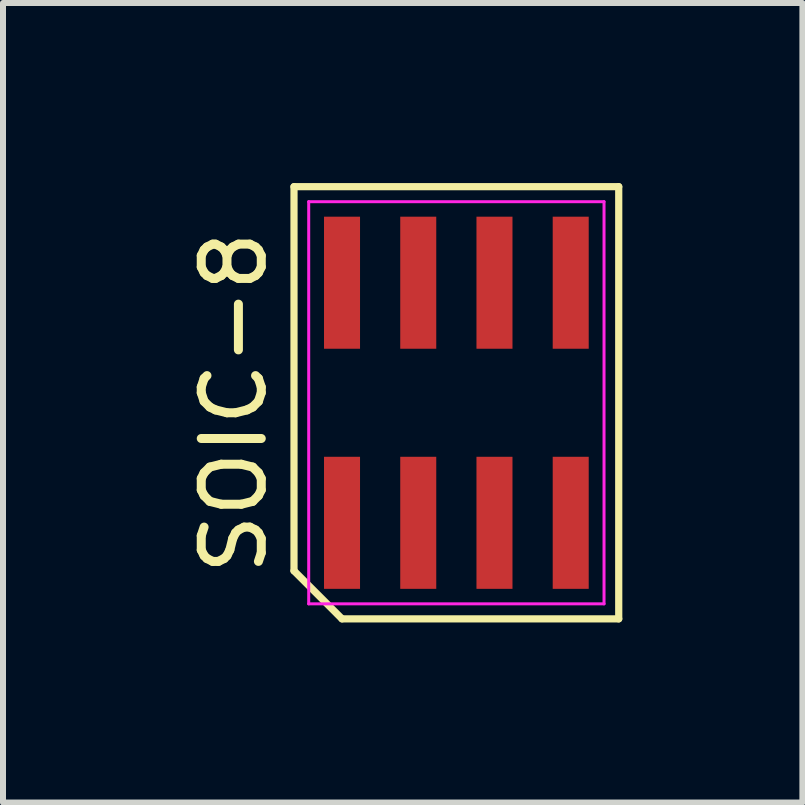
<source format=kicad_pcb>
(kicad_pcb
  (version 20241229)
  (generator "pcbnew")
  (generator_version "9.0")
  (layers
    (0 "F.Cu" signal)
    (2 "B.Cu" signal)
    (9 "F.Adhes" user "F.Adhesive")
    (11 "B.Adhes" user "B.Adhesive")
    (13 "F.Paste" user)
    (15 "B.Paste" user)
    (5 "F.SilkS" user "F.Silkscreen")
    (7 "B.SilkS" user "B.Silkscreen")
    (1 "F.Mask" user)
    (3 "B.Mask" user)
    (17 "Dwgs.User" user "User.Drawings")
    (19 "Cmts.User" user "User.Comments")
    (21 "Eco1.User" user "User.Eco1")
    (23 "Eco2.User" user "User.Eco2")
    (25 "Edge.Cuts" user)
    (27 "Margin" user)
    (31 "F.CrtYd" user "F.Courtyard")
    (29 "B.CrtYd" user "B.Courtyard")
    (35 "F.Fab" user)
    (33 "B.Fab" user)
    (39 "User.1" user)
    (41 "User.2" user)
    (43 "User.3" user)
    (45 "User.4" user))
  (footprint "SOIC-8"
    (layer "F.Cu")
    (at 4.553 3.66)
    (property "Reference" "SOIC-8" (at -3.705 0 90) (layer "F.SilkS") (effects (font (size 1 1) (thickness 0.15))))
    (attr smd)
    (fp_line (start -2.705 -3.6) (end 2.705 -3.6) (stroke (width 0.12) (type solid)) (layer "F.SilkS"))
    (fp_line (start -2.705 2.8) (end -2.705 -3.6) (stroke (width 0.12) (type solid)) (layer "F.SilkS"))
    (fp_line (start -1.905 3.6) (end -2.705 2.8) (stroke (width 0.12) (type solid)) (layer "F.SilkS"))
    (fp_line (start 2.705 -3.6) (end 2.705 3.6) (stroke (width 0.12) (type solid)) (layer "F.SilkS"))
    (fp_line (start 2.705 3.6) (end -1.905 3.6) (stroke (width 0.12) (type solid)) (layer "F.SilkS"))
    (fp_line (start -2.46 -3.35) (end 2.46 -3.35) (stroke (width 0.05) (type solid)) (layer "F.CrtYd"))
    (fp_line (start -2.46 3.35) (end -2.46 -3.35) (stroke (width 0.05) (type solid)) (layer "F.CrtYd"))
    (fp_line (start 2.46 -3.35) (end 2.46 3.35) (stroke (width 0.05) (type solid)) (layer "F.CrtYd"))
    (fp_line (start 2.46 3.35) (end -2.46 3.35) (stroke (width 0.05) (type solid)) (layer "F.CrtYd"))
    (pad "1" smd rect (at -1.905 2) (size 0.6 2.2) (layers "F.Cu" "F.Mask" "F.Paste"))
    (pad "2" smd rect (at -0.635 2) (size 0.6 2.2) (layers "F.Cu" "F.Mask" "F.Paste"))
    (pad "3" smd rect (at 0.635 2) (size 0.6 2.2) (layers "F.Cu" "F.Mask" "F.Paste"))
    (pad "4" smd rect (at 1.905 2) (size 0.6 2.2) (layers "F.Cu" "F.Mask" "F.Paste"))
    (pad "5" smd rect (at 1.905 -2) (size 0.6 2.2) (layers "F.Cu" "F.Mask" "F.Paste"))
    (pad "6" smd rect (at 0.635 -2) (size 0.6 2.2) (layers "F.Cu" "F.Mask" "F.Paste"))
    (pad "7" smd rect (at -0.635 -2) (size 0.6 2.2) (layers "F.Cu" "F.Mask" "F.Paste"))
    (pad "8" smd rect (at -1.905 -2) (size 0.6 2.2) (layers "F.Cu" "F.Mask" "F.Paste")))
  (gr_rect
    (start -3 -3)
    (end 10.318 10.32)
    (stroke (width 0.1) (type default))
    (fill no)
    (layer "Edge.Cuts")))
</source>
